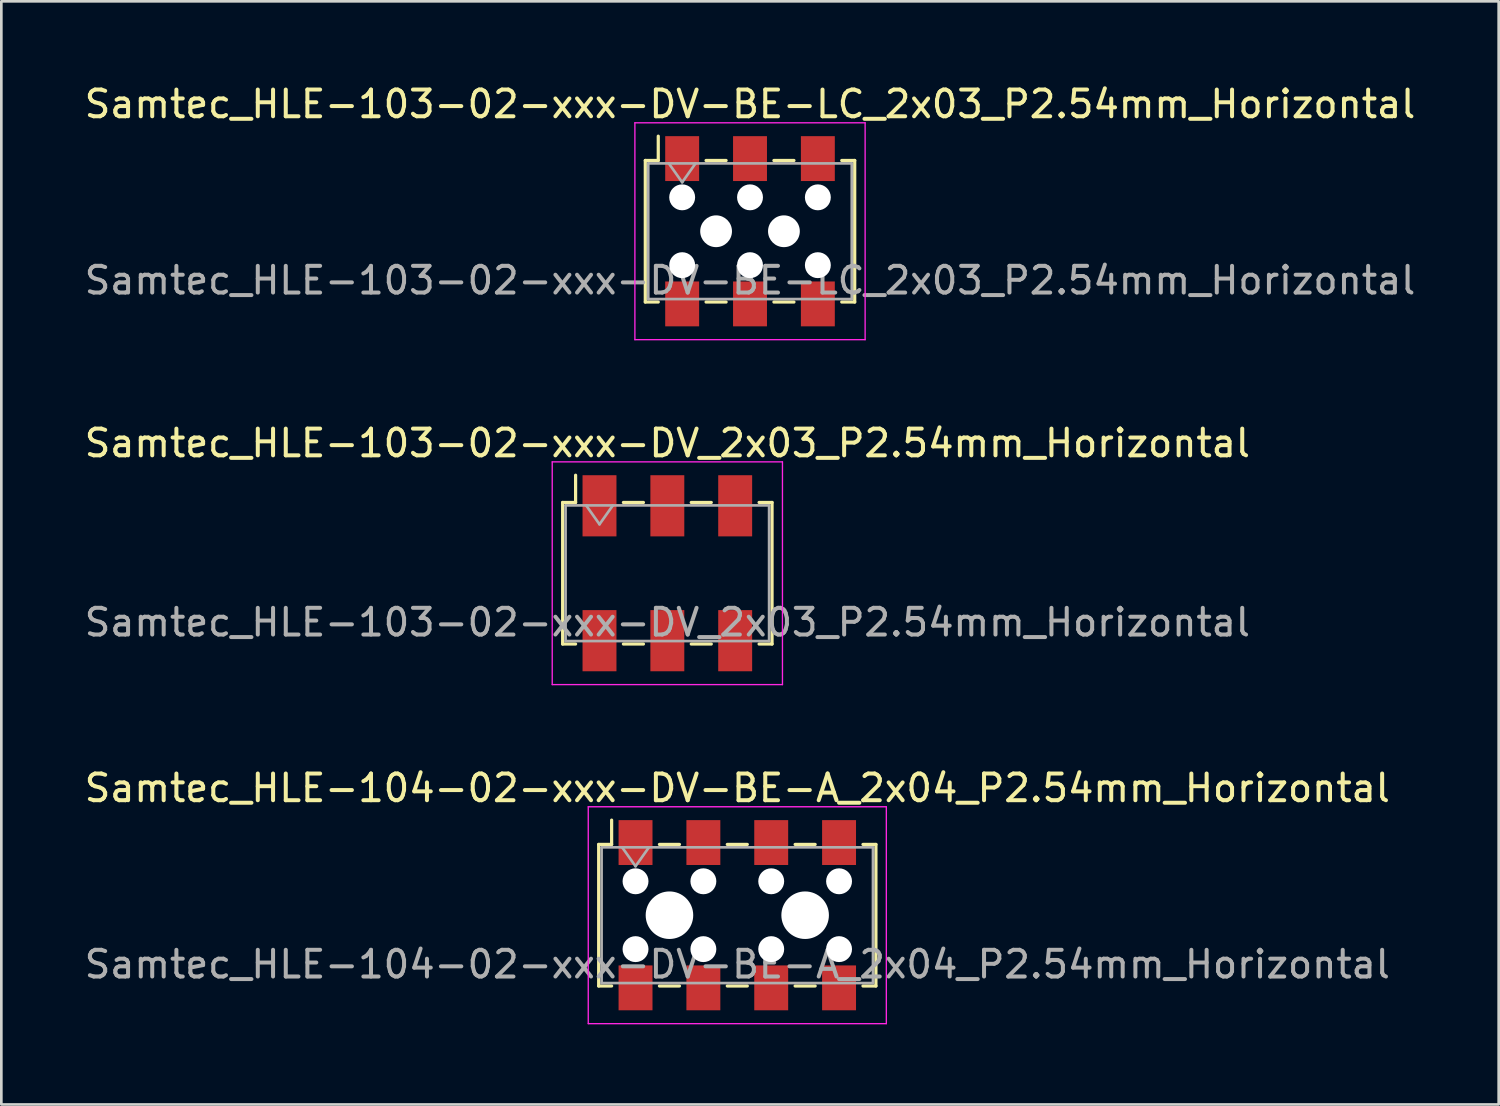
<source format=kicad_pcb>
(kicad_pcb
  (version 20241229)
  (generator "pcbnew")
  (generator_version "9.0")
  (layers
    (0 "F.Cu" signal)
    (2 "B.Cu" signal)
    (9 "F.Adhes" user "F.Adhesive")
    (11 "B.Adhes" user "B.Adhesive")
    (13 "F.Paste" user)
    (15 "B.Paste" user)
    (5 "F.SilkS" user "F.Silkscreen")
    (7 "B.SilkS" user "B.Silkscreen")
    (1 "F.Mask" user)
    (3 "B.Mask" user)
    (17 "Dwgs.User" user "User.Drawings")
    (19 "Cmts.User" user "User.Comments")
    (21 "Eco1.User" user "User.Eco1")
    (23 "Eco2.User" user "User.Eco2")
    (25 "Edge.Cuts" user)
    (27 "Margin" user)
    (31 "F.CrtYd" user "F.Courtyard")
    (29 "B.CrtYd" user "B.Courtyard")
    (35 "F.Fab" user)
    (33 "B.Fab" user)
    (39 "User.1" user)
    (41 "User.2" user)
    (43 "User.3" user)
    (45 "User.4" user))
  (footprint "Samtec_HLE-103-02-xxx-DV-BE-LC_2x03_P2.54mm_Horizontal"
    (layer "F.Cu")
    (at 25.03 5.608)
    (property "Reference" "Samtec_HLE-103-02-xxx-DV-BE-LC_2x03_P2.54mm_Horizontal" (at 0 -4.76 0) (layer "F.SilkS") (effects (font (size 1 1) (thickness 0.15))))
    (attr smd)
    (fp_line (start -3.92 -2.65) (end -3.92 2.65) (stroke (width 0.12) (type solid)) (layer "F.SilkS"))
    (fp_line (start -3.92 2.65) (end -3.435 2.65) (stroke (width 0.12) (type solid)) (layer "F.SilkS"))
    (fp_line (start -3.435 -3.56) (end -3.435 -2.65) (stroke (width 0.12) (type solid)) (layer "F.SilkS"))
    (fp_line (start -3.435 -2.65) (end -3.92 -2.65) (stroke (width 0.12) (type solid)) (layer "F.SilkS"))
    (fp_line (start -1.645 -2.65) (end -0.895 -2.65) (stroke (width 0.12) (type solid)) (layer "F.SilkS"))
    (fp_line (start -1.645 2.65) (end -0.895 2.65) (stroke (width 0.12) (type solid)) (layer "F.SilkS"))
    (fp_line (start 0.895 -2.65) (end 1.645 -2.65) (stroke (width 0.12) (type solid)) (layer "F.SilkS"))
    (fp_line (start 0.895 2.65) (end 1.645 2.65) (stroke (width 0.12) (type solid)) (layer "F.SilkS"))
    (fp_line (start 3.435 -2.65) (end 3.92 -2.65) (stroke (width 0.12) (type solid)) (layer "F.SilkS"))
    (fp_line (start 3.92 -2.65) (end 3.92 2.65) (stroke (width 0.12) (type solid)) (layer "F.SilkS"))
    (fp_line (start 3.92 2.65) (end 3.435 2.65) (stroke (width 0.12) (type solid)) (layer "F.SilkS"))
    (fp_line (start -4.31 -4.06) (end 4.31 -4.06) (stroke (width 0.05) (type solid)) (layer "F.CrtYd"))
    (fp_line (start -4.31 4.06) (end -4.31 -4.06) (stroke (width 0.05) (type solid)) (layer "F.CrtYd"))
    (fp_line (start 4.31 -4.06) (end 4.31 4.06) (stroke (width 0.05) (type solid)) (layer "F.CrtYd"))
    (fp_line (start 4.31 4.06) (end -4.31 4.06) (stroke (width 0.05) (type solid)) (layer "F.CrtYd"))
    (fp_line (start -3.81 -2.54) (end 3.81 -2.54) (stroke (width 0.1) (type solid)) (layer "F.Fab"))
    (fp_line (start -3.81 2.54) (end -3.81 -2.54) (stroke (width 0.1) (type solid)) (layer "F.Fab"))
    (fp_line (start -3.04 -2.54) (end -2.54 -1.833) (stroke (width 0.1) (type solid)) (layer "F.Fab"))
    (fp_line (start -2.54 -1.833) (end -2.04 -2.54) (stroke (width 0.1) (type solid)) (layer "F.Fab"))
    (fp_line (start 3.81 -2.54) (end 3.81 2.54) (stroke (width 0.1) (type solid)) (layer "F.Fab"))
    (fp_line (start 3.81 2.54) (end -3.81 2.54) (stroke (width 0.1) (type solid)) (layer "F.Fab"))
    (fp_text user "${REFERENCE}" (at 0 1.84 0) (layer "F.Fab") (effects (font (size 1 1) (thickness 0.15))))
    (pad "" np_thru_hole circle (at -2.54 -1.27) (size 0.97 0.97) (drill 0.97) (layers "*.Cu" "*.Mask"))
    (pad "" np_thru_hole circle (at -2.54 1.27) (size 0.97 0.97) (drill 0.97) (layers "*.Cu" "*.Mask"))
    (pad "" np_thru_hole circle (at -1.27 0) (size 1.19 1.19) (drill 1.19) (layers "*.Cu" "*.Mask"))
    (pad "" np_thru_hole circle (at 0 -1.27) (size 0.97 0.97) (drill 0.97) (layers "*.Cu" "*.Mask"))
    (pad "" np_thru_hole circle (at 0 1.27) (size 0.97 0.97) (drill 0.97) (layers "*.Cu" "*.Mask"))
    (pad "" np_thru_hole circle (at 1.27 0) (size 1.19 1.19) (drill 1.19) (layers "*.Cu" "*.Mask"))
    (pad "" np_thru_hole circle (at 2.54 -1.27) (size 0.97 0.97) (drill 0.97) (layers "*.Cu" "*.Mask"))
    (pad "" np_thru_hole circle (at 2.54 1.27) (size 0.97 0.97) (drill 0.97) (layers "*.Cu" "*.Mask"))
    (pad "1" smd rect (at -2.54 -2.72) (size 1.27 1.68) (layers "F.Cu" "F.Mask" "F.Paste"))
    (pad "2" smd rect (at -2.54 2.72) (size 1.27 1.68) (layers "F.Cu" "F.Mask" "F.Paste"))
    (pad "3" smd rect (at 0 -2.72) (size 1.27 1.68) (layers "F.Cu" "F.Mask" "F.Paste"))
    (pad "4" smd rect (at 0 2.72) (size 1.27 1.68) (layers "F.Cu" "F.Mask" "F.Paste"))
    (pad "5" smd rect (at 2.54 -2.72) (size 1.27 1.68) (layers "F.Cu" "F.Mask" "F.Paste"))
    (pad "6" smd rect (at 2.54 2.72) (size 1.27 1.68) (layers "F.Cu" "F.Mask" "F.Paste")))
  (footprint "Samtec_HLE-103-02-xxx-DV_2x03_P2.54mm_Horizontal"
    (layer "F.Cu")
    (at 21.935 18.412)
    (property "Reference" "Samtec_HLE-103-02-xxx-DV_2x03_P2.54mm_Horizontal" (at 0 -4.87 0) (layer "F.SilkS") (effects (font (size 1 1) (thickness 0.15))))
    (attr smd)
    (fp_line (start -3.92 -2.65) (end -3.92 2.65) (stroke (width 0.12) (type solid)) (layer "F.SilkS"))
    (fp_line (start -3.92 2.65) (end -3.435 2.65) (stroke (width 0.12) (type solid)) (layer "F.SilkS"))
    (fp_line (start -3.435 -3.67) (end -3.435 -2.65) (stroke (width 0.12) (type solid)) (layer "F.SilkS"))
    (fp_line (start -3.435 -2.65) (end -3.92 -2.65) (stroke (width 0.12) (type solid)) (layer "F.SilkS"))
    (fp_line (start -1.645 -2.65) (end -0.895 -2.65) (stroke (width 0.12) (type solid)) (layer "F.SilkS"))
    (fp_line (start -1.645 2.65) (end -0.895 2.65) (stroke (width 0.12) (type solid)) (layer "F.SilkS"))
    (fp_line (start 0.895 -2.65) (end 1.645 -2.65) (stroke (width 0.12) (type solid)) (layer "F.SilkS"))
    (fp_line (start 0.895 2.65) (end 1.645 2.65) (stroke (width 0.12) (type solid)) (layer "F.SilkS"))
    (fp_line (start 3.435 -2.65) (end 3.92 -2.65) (stroke (width 0.12) (type solid)) (layer "F.SilkS"))
    (fp_line (start 3.92 -2.65) (end 3.92 2.65) (stroke (width 0.12) (type solid)) (layer "F.SilkS"))
    (fp_line (start 3.92 2.65) (end 3.435 2.65) (stroke (width 0.12) (type solid)) (layer "F.SilkS"))
    (fp_line (start -4.31 -4.17) (end 4.31 -4.17) (stroke (width 0.05) (type solid)) (layer "F.CrtYd"))
    (fp_line (start -4.31 4.17) (end -4.31 -4.17) (stroke (width 0.05) (type solid)) (layer "F.CrtYd"))
    (fp_line (start 4.31 -4.17) (end 4.31 4.17) (stroke (width 0.05) (type solid)) (layer "F.CrtYd"))
    (fp_line (start 4.31 4.17) (end -4.31 4.17) (stroke (width 0.05) (type solid)) (layer "F.CrtYd"))
    (fp_line (start -3.81 -2.54) (end 3.81 -2.54) (stroke (width 0.1) (type solid)) (layer "F.Fab"))
    (fp_line (start -3.81 2.54) (end -3.81 -2.54) (stroke (width 0.1) (type solid)) (layer "F.Fab"))
    (fp_line (start -3.04 -2.54) (end -2.54 -1.833) (stroke (width 0.1) (type solid)) (layer "F.Fab"))
    (fp_line (start -2.54 -1.833) (end -2.04 -2.54) (stroke (width 0.1) (type solid)) (layer "F.Fab"))
    (fp_line (start 3.81 -2.54) (end 3.81 2.54) (stroke (width 0.1) (type solid)) (layer "F.Fab"))
    (fp_line (start 3.81 2.54) (end -3.81 2.54) (stroke (width 0.1) (type solid)) (layer "F.Fab"))
    (fp_text user "${REFERENCE}" (at 0 1.84 0) (layer "F.Fab") (effects (font (size 1 1) (thickness 0.15))))
    (pad "1" smd rect (at -2.54 -2.525) (size 1.27 2.29) (layers "F.Cu" "F.Mask" "F.Paste"))
    (pad "2" smd rect (at -2.54 2.525) (size 1.27 2.29) (layers "F.Cu" "F.Mask" "F.Paste"))
    (pad "3" smd rect (at 0 -2.525) (size 1.27 2.29) (layers "F.Cu" "F.Mask" "F.Paste"))
    (pad "4" smd rect (at 0 2.525) (size 1.27 2.29) (layers "F.Cu" "F.Mask" "F.Paste"))
    (pad "5" smd rect (at 2.54 -2.525) (size 1.27 2.29) (layers "F.Cu" "F.Mask" "F.Paste"))
    (pad "6" smd rect (at 2.54 2.525) (size 1.27 2.29) (layers "F.Cu" "F.Mask" "F.Paste")))
  (footprint "Samtec_HLE-104-02-xxx-DV-BE-A_2x04_P2.54mm_Horizontal"
    (layer "F.Cu")
    (at 24.554 31.215)
    (property "Reference" "Samtec_HLE-104-02-xxx-DV-BE-A_2x04_P2.54mm_Horizontal" (at 0 -4.76 0) (layer "F.SilkS") (effects (font (size 1 1) (thickness 0.15))))
    (attr smd)
    (fp_line (start -5.19 -2.65) (end -5.19 2.65) (stroke (width 0.12) (type solid)) (layer "F.SilkS"))
    (fp_line (start -5.19 2.65) (end -4.705 2.65) (stroke (width 0.12) (type solid)) (layer "F.SilkS"))
    (fp_line (start -4.705 -3.56) (end -4.705 -2.65) (stroke (width 0.12) (type solid)) (layer "F.SilkS"))
    (fp_line (start -4.705 -2.65) (end -5.19 -2.65) (stroke (width 0.12) (type solid)) (layer "F.SilkS"))
    (fp_line (start -2.915 -2.65) (end -2.165 -2.65) (stroke (width 0.12) (type solid)) (layer "F.SilkS"))
    (fp_line (start -2.915 2.65) (end -2.165 2.65) (stroke (width 0.12) (type solid)) (layer "F.SilkS"))
    (fp_line (start -0.375 -2.65) (end 0.375 -2.65) (stroke (width 0.12) (type solid)) (layer "F.SilkS"))
    (fp_line (start -0.375 2.65) (end 0.375 2.65) (stroke (width 0.12) (type solid)) (layer "F.SilkS"))
    (fp_line (start 2.165 -2.65) (end 2.915 -2.65) (stroke (width 0.12) (type solid)) (layer "F.SilkS"))
    (fp_line (start 2.165 2.65) (end 2.915 2.65) (stroke (width 0.12) (type solid)) (layer "F.SilkS"))
    (fp_line (start 4.705 -2.65) (end 5.19 -2.65) (stroke (width 0.12) (type solid)) (layer "F.SilkS"))
    (fp_line (start 5.19 -2.65) (end 5.19 2.65) (stroke (width 0.12) (type solid)) (layer "F.SilkS"))
    (fp_line (start 5.19 2.65) (end 4.705 2.65) (stroke (width 0.12) (type solid)) (layer "F.SilkS"))
    (fp_line (start -5.58 -4.06) (end 5.58 -4.06) (stroke (width 0.05) (type solid)) (layer "F.CrtYd"))
    (fp_line (start -5.58 4.06) (end -5.58 -4.06) (stroke (width 0.05) (type solid)) (layer "F.CrtYd"))
    (fp_line (start 5.58 -4.06) (end 5.58 4.06) (stroke (width 0.05) (type solid)) (layer "F.CrtYd"))
    (fp_line (start 5.58 4.06) (end -5.58 4.06) (stroke (width 0.05) (type solid)) (layer "F.CrtYd"))
    (fp_line (start -5.08 -2.54) (end 5.08 -2.54) (stroke (width 0.1) (type solid)) (layer "F.Fab"))
    (fp_line (start -5.08 2.54) (end -5.08 -2.54) (stroke (width 0.1) (type solid)) (layer "F.Fab"))
    (fp_line (start -4.31 -2.54) (end -3.81 -1.833) (stroke (width 0.1) (type solid)) (layer "F.Fab"))
    (fp_line (start -3.81 -1.833) (end -3.31 -2.54) (stroke (width 0.1) (type solid)) (layer "F.Fab"))
    (fp_line (start 5.08 -2.54) (end 5.08 2.54) (stroke (width 0.1) (type solid)) (layer "F.Fab"))
    (fp_line (start 5.08 2.54) (end -5.08 2.54) (stroke (width 0.1) (type solid)) (layer "F.Fab"))
    (fp_text user "${REFERENCE}" (at 0 1.84 0) (layer "F.Fab") (effects (font (size 1 1) (thickness 0.15))))
    (pad "" np_thru_hole circle (at -3.81 -1.27) (size 0.97 0.97) (drill 0.97) (layers "*.Cu" "*.Mask"))
    (pad "" np_thru_hole circle (at -3.81 1.27) (size 0.97 0.97) (drill 0.97) (layers "*.Cu" "*.Mask"))
    (pad "" np_thru_hole circle (at -2.54 0) (size 1.78 1.78) (drill 1.78) (layers "*.Cu" "*.Mask"))
    (pad "" np_thru_hole circle (at -1.27 -1.27) (size 0.97 0.97) (drill 0.97) (layers "*.Cu" "*.Mask"))
    (pad "" np_thru_hole circle (at -1.27 1.27) (size 0.97 0.97) (drill 0.97) (layers "*.Cu" "*.Mask"))
    (pad "" np_thru_hole circle (at 1.27 -1.27) (size 0.97 0.97) (drill 0.97) (layers "*.Cu" "*.Mask"))
    (pad "" np_thru_hole circle (at 1.27 1.27) (size 0.97 0.97) (drill 0.97) (layers "*.Cu" "*.Mask"))
    (pad "" np_thru_hole circle (at 2.54 0) (size 1.78 1.78) (drill 1.78) (layers "*.Cu" "*.Mask"))
    (pad "" np_thru_hole circle (at 3.81 -1.27) (size 0.97 0.97) (drill 0.97) (layers "*.Cu" "*.Mask"))
    (pad "" np_thru_hole circle (at 3.81 1.27) (size 0.97 0.97) (drill 0.97) (layers "*.Cu" "*.Mask"))
    (pad "1" smd rect (at -3.81 -2.72) (size 1.27 1.68) (layers "F.Cu" "F.Mask" "F.Paste"))
    (pad "2" smd rect (at -3.81 2.72) (size 1.27 1.68) (layers "F.Cu" "F.Mask" "F.Paste"))
    (pad "3" smd rect (at -1.27 -2.72) (size 1.27 1.68) (layers "F.Cu" "F.Mask" "F.Paste"))
    (pad "4" smd rect (at -1.27 2.72) (size 1.27 1.68) (layers "F.Cu" "F.Mask" "F.Paste"))
    (pad "5" smd rect (at 1.27 -2.72) (size 1.27 1.68) (layers "F.Cu" "F.Mask" "F.Paste"))
    (pad "6" smd rect (at 1.27 2.72) (size 1.27 1.68) (layers "F.Cu" "F.Mask" "F.Paste"))
    (pad "7" smd rect (at 3.81 -2.72) (size 1.27 1.68) (layers "F.Cu" "F.Mask" "F.Paste"))
    (pad "8" smd rect (at 3.81 2.72) (size 1.27 1.68) (layers "F.Cu" "F.Mask" "F.Paste")))
  (gr_rect
    (start -3 -3)
    (end 53.06 38.3)
    (stroke (width 0.1) (type default))
    (fill no)
    (layer "Edge.Cuts")))
</source>
